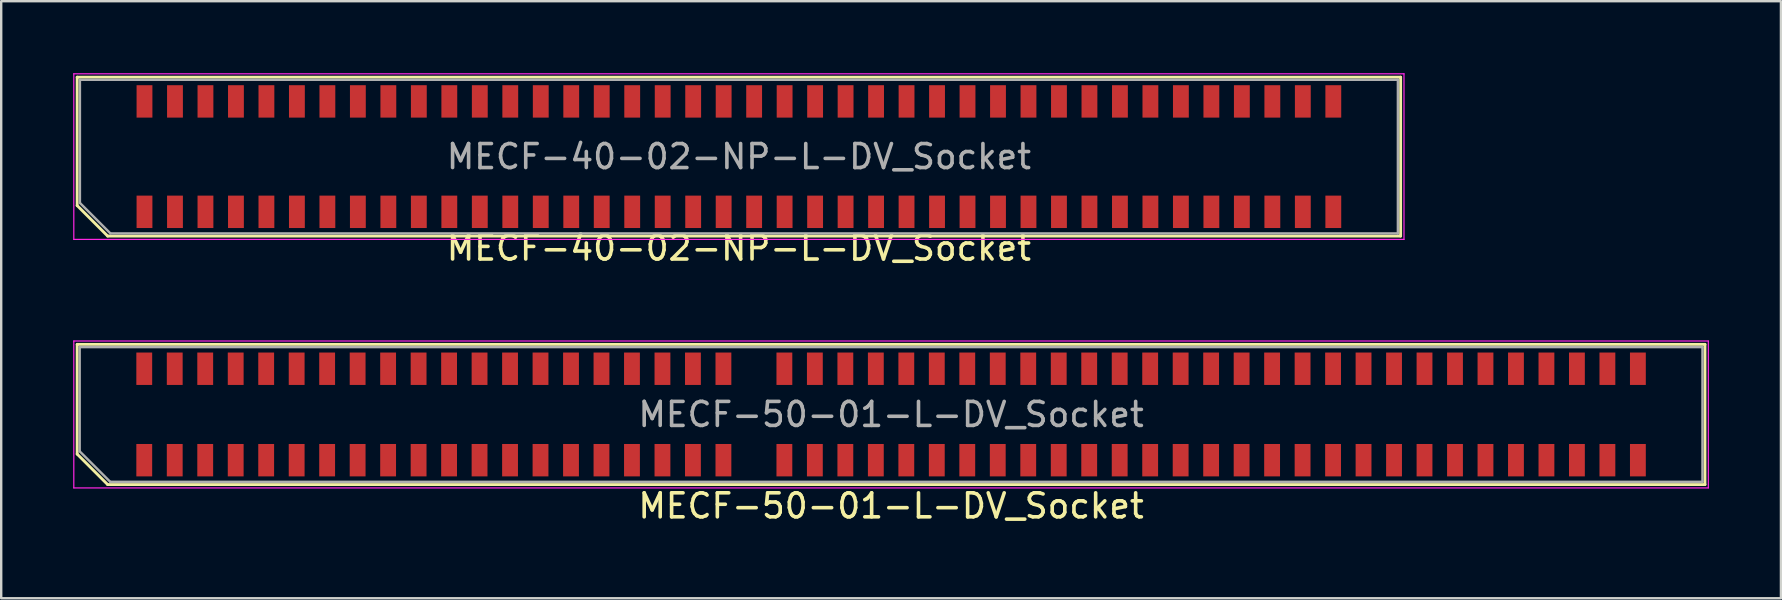
<source format=kicad_pcb>
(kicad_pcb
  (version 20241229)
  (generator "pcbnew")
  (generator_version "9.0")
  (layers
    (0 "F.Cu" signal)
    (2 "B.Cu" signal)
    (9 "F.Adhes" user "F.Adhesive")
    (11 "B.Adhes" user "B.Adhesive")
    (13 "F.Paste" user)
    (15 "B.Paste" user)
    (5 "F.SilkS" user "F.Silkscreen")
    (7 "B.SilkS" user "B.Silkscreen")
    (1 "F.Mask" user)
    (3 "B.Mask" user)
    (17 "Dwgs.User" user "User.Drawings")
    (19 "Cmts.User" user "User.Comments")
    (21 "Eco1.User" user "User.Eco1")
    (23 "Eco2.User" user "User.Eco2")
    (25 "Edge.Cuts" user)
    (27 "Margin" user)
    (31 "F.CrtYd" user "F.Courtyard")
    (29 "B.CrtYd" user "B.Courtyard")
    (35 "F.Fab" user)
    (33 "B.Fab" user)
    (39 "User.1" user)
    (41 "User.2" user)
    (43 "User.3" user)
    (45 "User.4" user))
  (footprint "MECF-40-02-NP-L-DV_Socket"
    (layer "F.Cu")
    (at 27.735 3.475)
    (property "Reference" "MECF-40-02-NP-L-DV_Socket" (at 0 3.81 0) (layer "F.SilkS") (effects (font (size 1 1) (thickness 0.15))))
    (attr smd)
    (fp_line (start -27.57 -3.31) (end 27.57 -3.31) (stroke (width 0.12) (type solid)) (layer "F.SilkS"))
    (fp_line (start -27.57 2.04) (end -27.57 -3.31) (stroke (width 0.12) (type solid)) (layer "F.SilkS"))
    (fp_line (start -26.3 3.31) (end -27.57 2.04) (stroke (width 0.12) (type solid)) (layer "F.SilkS"))
    (fp_line (start -26.3 3.31) (end 27.57 3.31) (stroke (width 0.12) (type solid)) (layer "F.SilkS"))
    (fp_line (start 27.57 3.31) (end 27.57 -3.31) (stroke (width 0.12) (type solid)) (layer "F.SilkS"))
    (fp_line (start -27.71 -3.45) (end -27.71 3.45) (stroke (width 0.05) (type solid)) (layer "F.CrtYd"))
    (fp_line (start -27.71 3.45) (end 27.71 3.45) (stroke (width 0.05) (type solid)) (layer "F.CrtYd"))
    (fp_line (start 27.71 -3.45) (end -27.71 -3.45) (stroke (width 0.05) (type solid)) (layer "F.CrtYd"))
    (fp_line (start 27.71 3.45) (end 27.71 -3.45) (stroke (width 0.05) (type solid)) (layer "F.CrtYd"))
    (fp_line (start -27.455 -3.2) (end 27.455 -3.2) (stroke (width 0.1) (type solid)) (layer "F.Fab"))
    (fp_line (start -27.455 1.93) (end -27.455 -3.2) (stroke (width 0.1) (type solid)) (layer "F.Fab"))
    (fp_line (start -27.455 1.93) (end -26.185 3.2) (stroke (width 0.1) (type solid)) (layer "F.Fab"))
    (fp_line (start -26.185 3.2) (end 27.455 3.2) (stroke (width 0.1) (type solid)) (layer "F.Fab"))
    (fp_line (start 27.455 3.2) (end 27.455 -3.2) (stroke (width 0.1) (type solid)) (layer "F.Fab"))
    (fp_text user "${REFERENCE}" (at 0 0 0) (layer "F.Fab") (effects (font (size 1 1) (thickness 0.15))))
    (pad "" np_thru_hole circle (at -26.545 0) (size 0.001 0.001) (drill 1.45) (layers "*.Cu" "*.Mask"))
    (pad "" np_thru_hole circle (at 26.545 1) (size 0.001 0.001) (drill 1.45) (layers "*.Cu" "*.Mask"))
    (pad "1" smd rect (at -24.765 2.3) (size 0.66 1.35) (layers "F.Cu" "F.Mask" "F.Paste"))
    (pad "2" smd rect (at -24.765 -2.3) (size 0.66 1.35) (layers "F.Cu" "F.Mask" "F.Paste"))
    (pad "3" smd rect (at -23.495 2.3) (size 0.66 1.35) (layers "F.Cu" "F.Mask" "F.Paste"))
    (pad "4" smd rect (at -23.495 -2.3) (size 0.66 1.35) (layers "F.Cu" "F.Mask" "F.Paste"))
    (pad "5" smd rect (at -22.225 2.3) (size 0.66 1.35) (layers "F.Cu" "F.Mask" "F.Paste"))
    (pad "6" smd rect (at -22.225 -2.3) (size 0.66 1.35) (layers "F.Cu" "F.Mask" "F.Paste"))
    (pad "7" smd rect (at -20.955 2.3) (size 0.66 1.35) (layers "F.Cu" "F.Mask" "F.Paste"))
    (pad "8" smd rect (at -20.955 -2.3) (size 0.66 1.35) (layers "F.Cu" "F.Mask" "F.Paste"))
    (pad "9" smd rect (at -19.685 2.3) (size 0.66 1.35) (layers "F.Cu" "F.Mask" "F.Paste"))
    (pad "10" smd rect (at -19.685 -2.3) (size 0.66 1.35) (layers "F.Cu" "F.Mask" "F.Paste"))
    (pad "11" smd rect (at -18.415 2.3) (size 0.66 1.35) (layers "F.Cu" "F.Mask" "F.Paste"))
    (pad "12" smd rect (at -18.415 -2.3) (size 0.66 1.35) (layers "F.Cu" "F.Mask" "F.Paste"))
    (pad "13" smd rect (at -17.145 2.3) (size 0.66 1.35) (layers "F.Cu" "F.Mask" "F.Paste"))
    (pad "14" smd rect (at -17.145 -2.3) (size 0.66 1.35) (layers "F.Cu" "F.Mask" "F.Paste"))
    (pad "15" smd rect (at -15.875 2.3) (size 0.66 1.35) (layers "F.Cu" "F.Mask" "F.Paste"))
    (pad "16" smd rect (at -15.875 -2.3) (size 0.66 1.35) (layers "F.Cu" "F.Mask" "F.Paste"))
    (pad "17" smd rect (at -14.605 2.3) (size 0.66 1.35) (layers "F.Cu" "F.Mask" "F.Paste"))
    (pad "18" smd rect (at -14.605 -2.3) (size 0.66 1.35) (layers "F.Cu" "F.Mask" "F.Paste"))
    (pad "19" smd rect (at -13.335 2.3) (size 0.66 1.35) (layers "F.Cu" "F.Mask" "F.Paste"))
    (pad "20" smd rect (at -13.335 -2.3) (size 0.66 1.35) (layers "F.Cu" "F.Mask" "F.Paste"))
    (pad "21" smd rect (at -12.065 2.3) (size 0.66 1.35) (layers "F.Cu" "F.Mask" "F.Paste"))
    (pad "22" smd rect (at -12.065 -2.3) (size 0.66 1.35) (layers "F.Cu" "F.Mask" "F.Paste"))
    (pad "23" smd rect (at -10.795 2.3) (size 0.66 1.35) (layers "F.Cu" "F.Mask" "F.Paste"))
    (pad "24" smd rect (at -10.795 -2.3) (size 0.66 1.35) (layers "F.Cu" "F.Mask" "F.Paste"))
    (pad "25" smd rect (at -9.525 2.3) (size 0.66 1.35) (layers "F.Cu" "F.Mask" "F.Paste"))
    (pad "26" smd rect (at -9.525 -2.3) (size 0.66 1.35) (layers "F.Cu" "F.Mask" "F.Paste"))
    (pad "27" smd rect (at -8.255 2.3) (size 0.66 1.35) (layers "F.Cu" "F.Mask" "F.Paste"))
    (pad "28" smd rect (at -8.255 -2.3) (size 0.66 1.35) (layers "F.Cu" "F.Mask" "F.Paste"))
    (pad "29" smd rect (at -6.985 2.3) (size 0.66 1.35) (layers "F.Cu" "F.Mask" "F.Paste"))
    (pad "30" smd rect (at -6.985 -2.3) (size 0.66 1.35) (layers "F.Cu" "F.Mask" "F.Paste"))
    (pad "31" smd rect (at -5.715 2.3) (size 0.66 1.35) (layers "F.Cu" "F.Mask" "F.Paste"))
    (pad "32" smd rect (at -5.715 -2.3) (size 0.66 1.35) (layers "F.Cu" "F.Mask" "F.Paste"))
    (pad "33" smd rect (at -4.445 2.3) (size 0.66 1.35) (layers "F.Cu" "F.Mask" "F.Paste"))
    (pad "34" smd rect (at -4.445 -2.3) (size 0.66 1.35) (layers "F.Cu" "F.Mask" "F.Paste"))
    (pad "35" smd rect (at -3.175 2.3) (size 0.66 1.35) (layers "F.Cu" "F.Mask" "F.Paste"))
    (pad "36" smd rect (at -3.175 -2.3) (size 0.66 1.35) (layers "F.Cu" "F.Mask" "F.Paste"))
    (pad "37" smd rect (at -1.905 2.3) (size 0.66 1.35) (layers "F.Cu" "F.Mask" "F.Paste"))
    (pad "38" smd rect (at -1.905 -2.3) (size 0.66 1.35) (layers "F.Cu" "F.Mask" "F.Paste"))
    (pad "39" smd rect (at -0.635 2.3) (size 0.66 1.35) (layers "F.Cu" "F.Mask" "F.Paste"))
    (pad "40" smd rect (at -0.635 -2.3) (size 0.66 1.35) (layers "F.Cu" "F.Mask" "F.Paste"))
    (pad "41" smd rect (at 0.635 2.3) (size 0.66 1.35) (layers "F.Cu" "F.Mask" "F.Paste"))
    (pad "42" smd rect (at 0.635 -2.3) (size 0.66 1.35) (layers "F.Cu" "F.Mask" "F.Paste"))
    (pad "43" smd rect (at 1.905 2.3) (size 0.66 1.35) (layers "F.Cu" "F.Mask" "F.Paste"))
    (pad "44" smd rect (at 1.905 -2.3) (size 0.66 1.35) (layers "F.Cu" "F.Mask" "F.Paste"))
    (pad "45" smd rect (at 3.175 2.3) (size 0.66 1.35) (layers "F.Cu" "F.Mask" "F.Paste"))
    (pad "46" smd rect (at 3.175 -2.3) (size 0.66 1.35) (layers "F.Cu" "F.Mask" "F.Paste"))
    (pad "47" smd rect (at 4.445 2.3) (size 0.66 1.35) (layers "F.Cu" "F.Mask" "F.Paste"))
    (pad "48" smd rect (at 4.445 -2.3) (size 0.66 1.35) (layers "F.Cu" "F.Mask" "F.Paste"))
    (pad "49" smd rect (at 5.715 2.3) (size 0.66 1.35) (layers "F.Cu" "F.Mask" "F.Paste"))
    (pad "50" smd rect (at 5.715 -2.3) (size 0.66 1.35) (layers "F.Cu" "F.Mask" "F.Paste"))
    (pad "51" smd rect (at 6.985 2.3) (size 0.66 1.35) (layers "F.Cu" "F.Mask" "F.Paste"))
    (pad "52" smd rect (at 6.985 -2.3) (size 0.66 1.35) (layers "F.Cu" "F.Mask" "F.Paste"))
    (pad "53" smd rect (at 8.255 2.3) (size 0.66 1.35) (layers "F.Cu" "F.Mask" "F.Paste"))
    (pad "54" smd rect (at 8.255 -2.3) (size 0.66 1.35) (layers "F.Cu" "F.Mask" "F.Paste"))
    (pad "55" smd rect (at 9.525 2.3) (size 0.66 1.35) (layers "F.Cu" "F.Mask" "F.Paste"))
    (pad "56" smd rect (at 9.525 -2.3) (size 0.66 1.35) (layers "F.Cu" "F.Mask" "F.Paste"))
    (pad "57" smd rect (at 10.795 2.3) (size 0.66 1.35) (layers "F.Cu" "F.Mask" "F.Paste"))
    (pad "58" smd rect (at 10.795 -2.3) (size 0.66 1.35) (layers "F.Cu" "F.Mask" "F.Paste"))
    (pad "59" smd rect (at 12.065 2.3) (size 0.66 1.35) (layers "F.Cu" "F.Mask" "F.Paste"))
    (pad "60" smd rect (at 12.065 -2.3) (size 0.66 1.35) (layers "F.Cu" "F.Mask" "F.Paste"))
    (pad "61" smd rect (at 13.335 2.3) (size 0.66 1.35) (layers "F.Cu" "F.Mask" "F.Paste"))
    (pad "62" smd rect (at 13.335 -2.3) (size 0.66 1.35) (layers "F.Cu" "F.Mask" "F.Paste"))
    (pad "63" smd rect (at 14.605 2.3) (size 0.66 1.35) (layers "F.Cu" "F.Mask" "F.Paste"))
    (pad "64" smd rect (at 14.605 -2.3) (size 0.66 1.35) (layers "F.Cu" "F.Mask" "F.Paste"))
    (pad "65" smd rect (at 15.875 2.3) (size 0.66 1.35) (layers "F.Cu" "F.Mask" "F.Paste"))
    (pad "66" smd rect (at 15.875 -2.3) (size 0.66 1.35) (layers "F.Cu" "F.Mask" "F.Paste"))
    (pad "67" smd rect (at 17.145 2.3) (size 0.66 1.35) (layers "F.Cu" "F.Mask" "F.Paste"))
    (pad "68" smd rect (at 17.145 -2.3) (size 0.66 1.35) (layers "F.Cu" "F.Mask" "F.Paste"))
    (pad "69" smd rect (at 18.415 2.3) (size 0.66 1.35) (layers "F.Cu" "F.Mask" "F.Paste"))
    (pad "70" smd rect (at 18.415 -2.3) (size 0.66 1.35) (layers "F.Cu" "F.Mask" "F.Paste"))
    (pad "71" smd rect (at 19.685 2.3) (size 0.66 1.35) (layers "F.Cu" "F.Mask" "F.Paste"))
    (pad "72" smd rect (at 19.685 -2.3) (size 0.66 1.35) (layers "F.Cu" "F.Mask" "F.Paste"))
    (pad "73" smd rect (at 20.955 2.3) (size 0.66 1.35) (layers "F.Cu" "F.Mask" "F.Paste"))
    (pad "74" smd rect (at 20.955 -2.3) (size 0.66 1.35) (layers "F.Cu" "F.Mask" "F.Paste"))
    (pad "75" smd rect (at 22.225 2.3) (size 0.66 1.35) (layers "F.Cu" "F.Mask" "F.Paste"))
    (pad "76" smd rect (at 22.225 -2.3) (size 0.66 1.35) (layers "F.Cu" "F.Mask" "F.Paste"))
    (pad "77" smd rect (at 23.495 2.3) (size 0.66 1.35) (layers "F.Cu" "F.Mask" "F.Paste"))
    (pad "78" smd rect (at 23.495 -2.3) (size 0.66 1.35) (layers "F.Cu" "F.Mask" "F.Paste"))
    (pad "79" smd rect (at 24.765 2.3) (size 0.66 1.35) (layers "F.Cu" "F.Mask" "F.Paste"))
    (pad "80" smd rect (at 24.765 -2.3) (size 0.66 1.35) (layers "F.Cu" "F.Mask" "F.Paste")))
  (footprint "MECF-50-01-L-DV_Socket"
    (layer "F.Cu")
    (at 34.075 14.218)
    (property "Reference" "MECF-50-01-L-DV_Socket" (at 0 3.81 0) (layer "F.SilkS") (effects (font (size 1 1) (thickness 0.15))))
    (attr smd)
    (fp_line (start -33.91 -2.92) (end 33.91 -2.92) (stroke (width 0.12) (type solid)) (layer "F.SilkS"))
    (fp_line (start -33.91 1.65) (end -33.91 -2.92) (stroke (width 0.12) (type solid)) (layer "F.SilkS"))
    (fp_line (start -32.64 2.92) (end -33.91 1.65) (stroke (width 0.12) (type solid)) (layer "F.SilkS"))
    (fp_line (start -32.64 2.92) (end 33.91 2.92) (stroke (width 0.12) (type solid)) (layer "F.SilkS"))
    (fp_line (start 33.91 2.92) (end 33.91 -2.92) (stroke (width 0.12) (type solid)) (layer "F.SilkS"))
    (fp_line (start -34.05 -3.06) (end -34.05 3.06) (stroke (width 0.05) (type solid)) (layer "F.CrtYd"))
    (fp_line (start -34.05 3.06) (end 34.05 3.06) (stroke (width 0.05) (type solid)) (layer "F.CrtYd"))
    (fp_line (start 34.05 -3.06) (end -34.05 -3.06) (stroke (width 0.05) (type solid)) (layer "F.CrtYd"))
    (fp_line (start 34.05 3.06) (end 34.05 -3.06) (stroke (width 0.05) (type solid)) (layer "F.CrtYd"))
    (fp_line (start -33.805 -2.805) (end 33.805 -2.805) (stroke (width 0.1) (type solid)) (layer "F.Fab"))
    (fp_line (start -33.805 1.535) (end -33.805 -2.805) (stroke (width 0.1) (type solid)) (layer "F.Fab"))
    (fp_line (start -33.805 1.535) (end -32.535 2.805) (stroke (width 0.1) (type solid)) (layer "F.Fab"))
    (fp_line (start -32.535 2.805) (end 33.805 2.805) (stroke (width 0.1) (type solid)) (layer "F.Fab"))
    (fp_line (start 33.805 2.805) (end 33.805 -2.805) (stroke (width 0.1) (type solid)) (layer "F.Fab"))
    (fp_text user "${REFERENCE}" (at 0 0 0) (layer "F.Fab") (effects (font (size 1 1) (thickness 0.15))))
    (pad "" np_thru_hole circle (at -32.895 0) (size 0.001 0.001) (drill 1.45) (layers "*.Cu" "*.Mask"))
    (pad "" np_thru_hole circle (at 32.895 1) (size 0.001 0.001) (drill 1.45) (layers "*.Cu" "*.Mask"))
    (pad "1" smd rect (at -31.115 1.905) (size 0.66 1.35) (layers "F.Cu" "F.Mask" "F.Paste"))
    (pad "2" smd rect (at -31.115 -1.905) (size 0.66 1.35) (layers "F.Cu" "F.Mask" "F.Paste"))
    (pad "3" smd rect (at -29.845 1.905) (size 0.66 1.35) (layers "F.Cu" "F.Mask" "F.Paste"))
    (pad "4" smd rect (at -29.845 -1.905) (size 0.66 1.35) (layers "F.Cu" "F.Mask" "F.Paste"))
    (pad "5" smd rect (at -28.575 1.905) (size 0.66 1.35) (layers "F.Cu" "F.Mask" "F.Paste"))
    (pad "6" smd rect (at -28.575 -1.905) (size 0.66 1.35) (layers "F.Cu" "F.Mask" "F.Paste"))
    (pad "7" smd rect (at -27.305 1.905) (size 0.66 1.35) (layers "F.Cu" "F.Mask" "F.Paste"))
    (pad "8" smd rect (at -27.305 -1.905) (size 0.66 1.35) (layers "F.Cu" "F.Mask" "F.Paste"))
    (pad "9" smd rect (at -26.035 1.905) (size 0.66 1.35) (layers "F.Cu" "F.Mask" "F.Paste"))
    (pad "10" smd rect (at -26.035 -1.905) (size 0.66 1.35) (layers "F.Cu" "F.Mask" "F.Paste"))
    (pad "11" smd rect (at -24.765 1.905) (size 0.66 1.35) (layers "F.Cu" "F.Mask" "F.Paste"))
    (pad "12" smd rect (at -24.765 -1.905) (size 0.66 1.35) (layers "F.Cu" "F.Mask" "F.Paste"))
    (pad "13" smd rect (at -23.495 1.905) (size 0.66 1.35) (layers "F.Cu" "F.Mask" "F.Paste"))
    (pad "14" smd rect (at -23.495 -1.905) (size 0.66 1.35) (layers "F.Cu" "F.Mask" "F.Paste"))
    (pad "15" smd rect (at -22.225 1.905) (size 0.66 1.35) (layers "F.Cu" "F.Mask" "F.Paste"))
    (pad "16" smd rect (at -22.225 -1.905) (size 0.66 1.35) (layers "F.Cu" "F.Mask" "F.Paste"))
    (pad "17" smd rect (at -20.955 1.905) (size 0.66 1.35) (layers "F.Cu" "F.Mask" "F.Paste"))
    (pad "18" smd rect (at -20.955 -1.905) (size 0.66 1.35) (layers "F.Cu" "F.Mask" "F.Paste"))
    (pad "19" smd rect (at -19.685 1.905) (size 0.66 1.35) (layers "F.Cu" "F.Mask" "F.Paste"))
    (pad "20" smd rect (at -19.685 -1.905) (size 0.66 1.35) (layers "F.Cu" "F.Mask" "F.Paste"))
    (pad "21" smd rect (at -18.415 1.905) (size 0.66 1.35) (layers "F.Cu" "F.Mask" "F.Paste"))
    (pad "22" smd rect (at -18.415 -1.905) (size 0.66 1.35) (layers "F.Cu" "F.Mask" "F.Paste"))
    (pad "23" smd rect (at -17.145 1.905) (size 0.66 1.35) (layers "F.Cu" "F.Mask" "F.Paste"))
    (pad "24" smd rect (at -17.145 -1.905) (size 0.66 1.35) (layers "F.Cu" "F.Mask" "F.Paste"))
    (pad "25" smd rect (at -15.875 1.905) (size 0.66 1.35) (layers "F.Cu" "F.Mask" "F.Paste"))
    (pad "26" smd rect (at -15.875 -1.905) (size 0.66 1.35) (layers "F.Cu" "F.Mask" "F.Paste"))
    (pad "27" smd rect (at -14.605 1.905) (size 0.66 1.35) (layers "F.Cu" "F.Mask" "F.Paste"))
    (pad "28" smd rect (at -14.605 -1.905) (size 0.66 1.35) (layers "F.Cu" "F.Mask" "F.Paste"))
    (pad "29" smd rect (at -13.335 1.905) (size 0.66 1.35) (layers "F.Cu" "F.Mask" "F.Paste"))
    (pad "30" smd rect (at -13.335 -1.905) (size 0.66 1.35) (layers "F.Cu" "F.Mask" "F.Paste"))
    (pad "31" smd rect (at -12.065 1.905) (size 0.66 1.35) (layers "F.Cu" "F.Mask" "F.Paste"))
    (pad "32" smd rect (at -12.065 -1.905) (size 0.66 1.35) (layers "F.Cu" "F.Mask" "F.Paste"))
    (pad "33" smd rect (at -10.795 1.905) (size 0.66 1.35) (layers "F.Cu" "F.Mask" "F.Paste"))
    (pad "34" smd rect (at -10.795 -1.905) (size 0.66 1.35) (layers "F.Cu" "F.Mask" "F.Paste"))
    (pad "35" smd rect (at -9.525 1.905) (size 0.66 1.35) (layers "F.Cu" "F.Mask" "F.Paste"))
    (pad "36" smd rect (at -9.525 -1.905) (size 0.66 1.35) (layers "F.Cu" "F.Mask" "F.Paste"))
    (pad "37" smd rect (at -8.255 1.905) (size 0.66 1.35) (layers "F.Cu" "F.Mask" "F.Paste"))
    (pad "38" smd rect (at -8.255 -1.905) (size 0.66 1.35) (layers "F.Cu" "F.Mask" "F.Paste"))
    (pad "39" smd rect (at -6.985 1.905) (size 0.66 1.35) (layers "F.Cu" "F.Mask" "F.Paste"))
    (pad "40" smd rect (at -6.985 -1.905) (size 0.66 1.35) (layers "F.Cu" "F.Mask" "F.Paste"))
    (pad "43" smd rect (at -4.445 1.905) (size 0.66 1.35) (layers "F.Cu" "F.Mask" "F.Paste"))
    (pad "44" smd rect (at -4.445 -1.905) (size 0.66 1.35) (layers "F.Cu" "F.Mask" "F.Paste"))
    (pad "45" smd rect (at -3.175 1.905) (size 0.66 1.35) (layers "F.Cu" "F.Mask" "F.Paste"))
    (pad "46" smd rect (at -3.175 -1.905) (size 0.66 1.35) (layers "F.Cu" "F.Mask" "F.Paste"))
    (pad "47" smd rect (at -1.905 1.905) (size 0.66 1.35) (layers "F.Cu" "F.Mask" "F.Paste"))
    (pad "48" smd rect (at -1.905 -1.905) (size 0.66 1.35) (layers "F.Cu" "F.Mask" "F.Paste"))
    (pad "49" smd rect (at -0.635 1.905) (size 0.66 1.35) (layers "F.Cu" "F.Mask" "F.Paste"))
    (pad "50" smd rect (at -0.635 -1.905) (size 0.66 1.35) (layers "F.Cu" "F.Mask" "F.Paste"))
    (pad "51" smd rect (at 0.635 1.905) (size 0.66 1.35) (layers "F.Cu" "F.Mask" "F.Paste"))
    (pad "52" smd rect (at 0.635 -1.905) (size 0.66 1.35) (layers "F.Cu" "F.Mask" "F.Paste"))
    (pad "53" smd rect (at 1.905 1.905) (size 0.66 1.35) (layers "F.Cu" "F.Mask" "F.Paste"))
    (pad "54" smd rect (at 1.905 -1.905) (size 0.66 1.35) (layers "F.Cu" "F.Mask" "F.Paste"))
    (pad "55" smd rect (at 3.175 1.905) (size 0.66 1.35) (layers "F.Cu" "F.Mask" "F.Paste"))
    (pad "56" smd rect (at 3.175 -1.905) (size 0.66 1.35) (layers "F.Cu" "F.Mask" "F.Paste"))
    (pad "57" smd rect (at 4.445 1.905) (size 0.66 1.35) (layers "F.Cu" "F.Mask" "F.Paste"))
    (pad "58" smd rect (at 4.445 -1.905) (size 0.66 1.35) (layers "F.Cu" "F.Mask" "F.Paste"))
    (pad "59" smd rect (at 5.715 1.905) (size 0.66 1.35) (layers "F.Cu" "F.Mask" "F.Paste"))
    (pad "60" smd rect (at 5.715 -1.905) (size 0.66 1.35) (layers "F.Cu" "F.Mask" "F.Paste"))
    (pad "61" smd rect (at 6.985 1.905) (size 0.66 1.35) (layers "F.Cu" "F.Mask" "F.Paste"))
    (pad "62" smd rect (at 6.985 -1.905) (size 0.66 1.35) (layers "F.Cu" "F.Mask" "F.Paste"))
    (pad "63" smd rect (at 8.255 1.905) (size 0.66 1.35) (layers "F.Cu" "F.Mask" "F.Paste"))
    (pad "64" smd rect (at 8.255 -1.905) (size 0.66 1.35) (layers "F.Cu" "F.Mask" "F.Paste"))
    (pad "65" smd rect (at 9.525 1.905) (size 0.66 1.35) (layers "F.Cu" "F.Mask" "F.Paste"))
    (pad "66" smd rect (at 9.525 -1.905) (size 0.66 1.35) (layers "F.Cu" "F.Mask" "F.Paste"))
    (pad "67" smd rect (at 10.795 1.905) (size 0.66 1.35) (layers "F.Cu" "F.Mask" "F.Paste"))
    (pad "68" smd rect (at 10.795 -1.905) (size 0.66 1.35) (layers "F.Cu" "F.Mask" "F.Paste"))
    (pad "69" smd rect (at 12.065 1.905) (size 0.66 1.35) (layers "F.Cu" "F.Mask" "F.Paste"))
    (pad "70" smd rect (at 12.065 -1.905) (size 0.66 1.35) (layers "F.Cu" "F.Mask" "F.Paste"))
    (pad "71" smd rect (at 13.335 1.905) (size 0.66 1.35) (layers "F.Cu" "F.Mask" "F.Paste"))
    (pad "72" smd rect (at 13.335 -1.905) (size 0.66 1.35) (layers "F.Cu" "F.Mask" "F.Paste"))
    (pad "73" smd rect (at 14.605 1.905) (size 0.66 1.35) (layers "F.Cu" "F.Mask" "F.Paste"))
    (pad "74" smd rect (at 14.605 -1.905) (size 0.66 1.35) (layers "F.Cu" "F.Mask" "F.Paste"))
    (pad "75" smd rect (at 15.875 1.905) (size 0.66 1.35) (layers "F.Cu" "F.Mask" "F.Paste"))
    (pad "76" smd rect (at 15.875 -1.905) (size 0.66 1.35) (layers "F.Cu" "F.Mask" "F.Paste"))
    (pad "77" smd rect (at 17.145 1.905) (size 0.66 1.35) (layers "F.Cu" "F.Mask" "F.Paste"))
    (pad "78" smd rect (at 17.145 -1.905) (size 0.66 1.35) (layers "F.Cu" "F.Mask" "F.Paste"))
    (pad "79" smd rect (at 18.415 1.905) (size 0.66 1.35) (layers "F.Cu" "F.Mask" "F.Paste"))
    (pad "80" smd rect (at 18.415 -1.905) (size 0.66 1.35) (layers "F.Cu" "F.Mask" "F.Paste"))
    (pad "81" smd rect (at 19.685 1.905) (size 0.66 1.35) (layers "F.Cu" "F.Mask" "F.Paste"))
    (pad "82" smd rect (at 19.685 -1.905) (size 0.66 1.35) (layers "F.Cu" "F.Mask" "F.Paste"))
    (pad "83" smd rect (at 20.955 1.905) (size 0.66 1.35) (layers "F.Cu" "F.Mask" "F.Paste"))
    (pad "84" smd rect (at 20.955 -1.905) (size 0.66 1.35) (layers "F.Cu" "F.Mask" "F.Paste"))
    (pad "85" smd rect (at 22.225 1.905) (size 0.66 1.35) (layers "F.Cu" "F.Mask" "F.Paste"))
    (pad "86" smd rect (at 22.225 -1.905) (size 0.66 1.35) (layers "F.Cu" "F.Mask" "F.Paste"))
    (pad "87" smd rect (at 23.495 1.905) (size 0.66 1.35) (layers "F.Cu" "F.Mask" "F.Paste"))
    (pad "88" smd rect (at 23.495 -1.905) (size 0.66 1.35) (layers "F.Cu" "F.Mask" "F.Paste"))
    (pad "89" smd rect (at 24.765 1.905) (size 0.66 1.35) (layers "F.Cu" "F.Mask" "F.Paste"))
    (pad "90" smd rect (at 24.765 -1.905) (size 0.66 1.35) (layers "F.Cu" "F.Mask" "F.Paste"))
    (pad "91" smd rect (at 26.035 1.905) (size 0.66 1.35) (layers "F.Cu" "F.Mask" "F.Paste"))
    (pad "92" smd rect (at 26.035 -1.905) (size 0.66 1.35) (layers "F.Cu" "F.Mask" "F.Paste"))
    (pad "93" smd rect (at 27.305 1.905) (size 0.66 1.35) (layers "F.Cu" "F.Mask" "F.Paste"))
    (pad "94" smd rect (at 27.305 -1.905) (size 0.66 1.35) (layers "F.Cu" "F.Mask" "F.Paste"))
    (pad "95" smd rect (at 28.575 1.905) (size 0.66 1.35) (layers "F.Cu" "F.Mask" "F.Paste"))
    (pad "96" smd rect (at 28.575 -1.905) (size 0.66 1.35) (layers "F.Cu" "F.Mask" "F.Paste"))
    (pad "97" smd rect (at 29.845 1.905) (size 0.66 1.35) (layers "F.Cu" "F.Mask" "F.Paste"))
    (pad "98" smd rect (at 29.845 -1.905) (size 0.66 1.35) (layers "F.Cu" "F.Mask" "F.Paste"))
    (pad "99" smd rect (at 31.115 1.905) (size 0.66 1.35) (layers "F.Cu" "F.Mask" "F.Paste"))
    (pad "100" smd rect (at 31.115 -1.905) (size 0.66 1.35) (layers "F.Cu" "F.Mask" "F.Paste")))
  (gr_rect
    (start -3 -3)
    (end 71.15 21.877)
    (stroke (width 0.1) (type default))
    (fill no)
    (layer "Edge.Cuts")))
</source>
